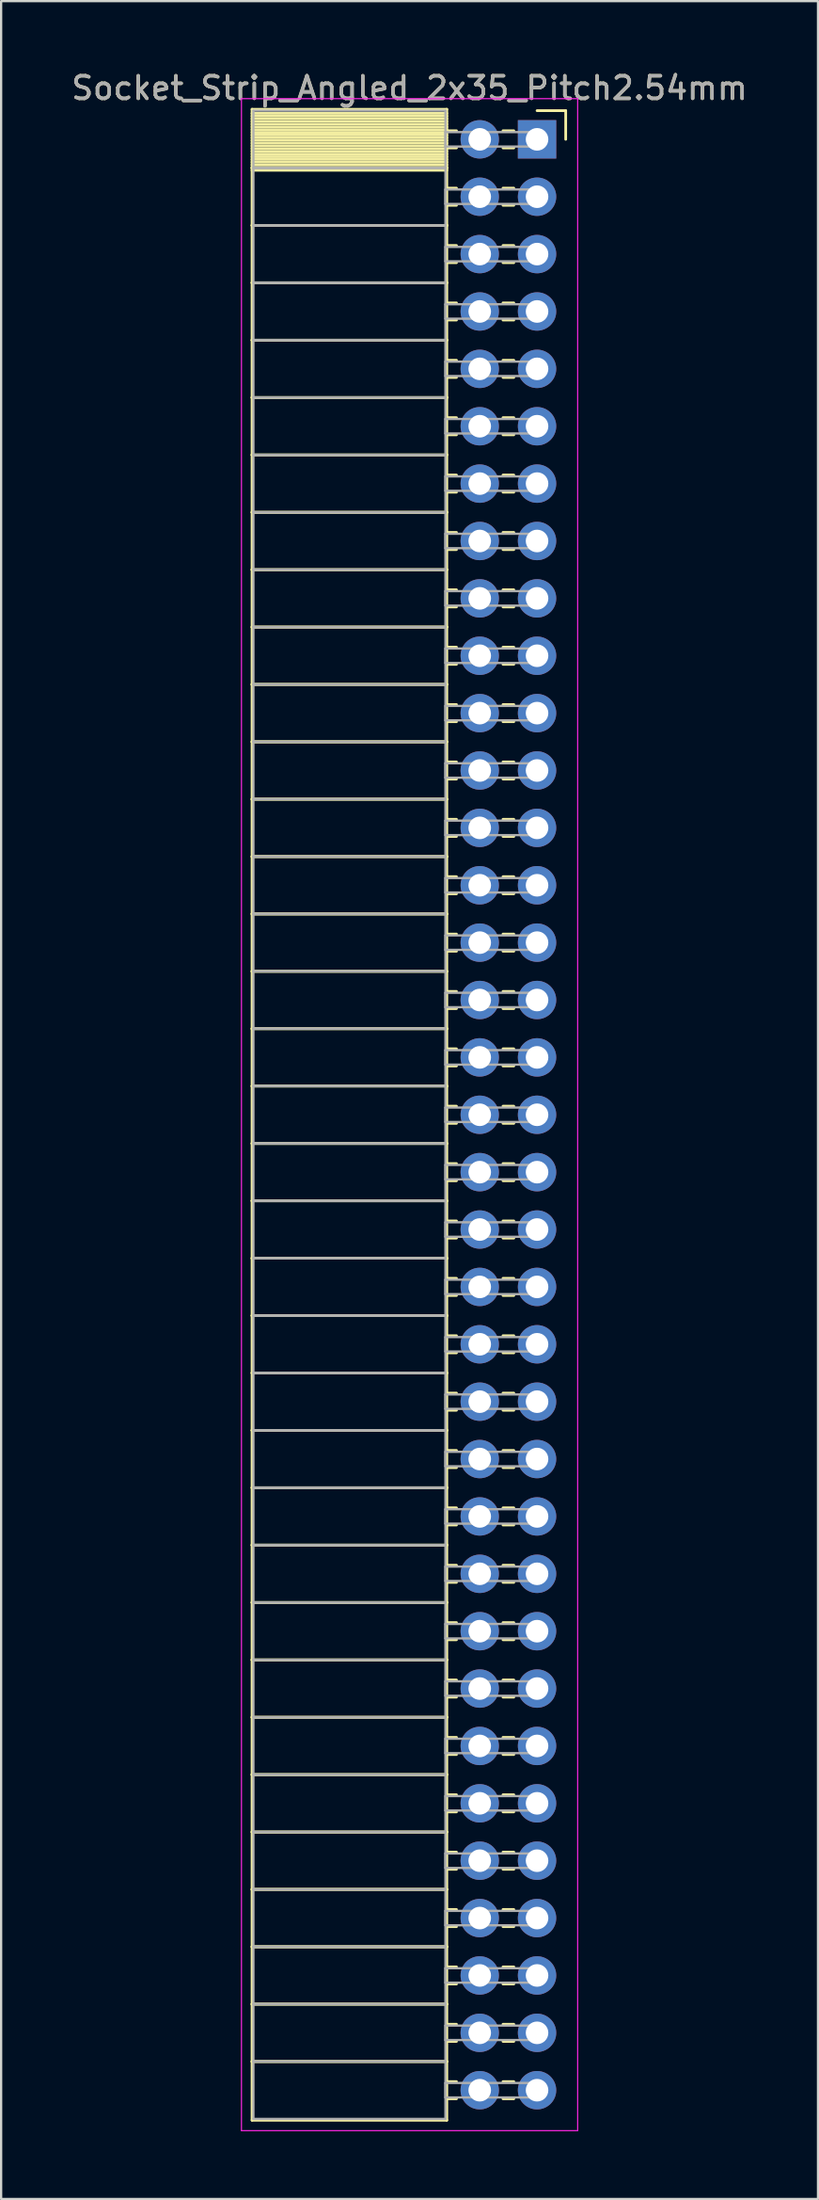
<source format=kicad_pcb>
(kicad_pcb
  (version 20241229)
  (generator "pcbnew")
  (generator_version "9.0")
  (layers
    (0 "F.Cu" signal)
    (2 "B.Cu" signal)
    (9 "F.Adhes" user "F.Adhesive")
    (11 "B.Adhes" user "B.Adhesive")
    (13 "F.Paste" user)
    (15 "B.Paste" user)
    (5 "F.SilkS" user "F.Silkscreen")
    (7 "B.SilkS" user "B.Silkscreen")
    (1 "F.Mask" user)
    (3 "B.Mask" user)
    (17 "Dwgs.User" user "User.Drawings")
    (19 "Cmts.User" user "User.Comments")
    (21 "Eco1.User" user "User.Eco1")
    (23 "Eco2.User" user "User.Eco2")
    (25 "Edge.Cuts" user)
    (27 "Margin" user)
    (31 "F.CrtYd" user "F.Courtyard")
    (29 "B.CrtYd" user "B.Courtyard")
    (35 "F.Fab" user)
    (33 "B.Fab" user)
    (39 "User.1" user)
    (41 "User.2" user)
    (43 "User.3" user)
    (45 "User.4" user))
  (footprint "Socket_Strip_Angled_2x35_Pitch2.54mm"
    (layer "F.Cu")
    (at 20.751 3.118)
    (property "Reference" "Socket_Strip_Angled_2x35_Pitch2.54mm" (at -5.65 -2.27 0) (layer "F.SilkS") (effects (font (size 1 1) (thickness 0.15))))
    (attr through_hole)
    (fp_line (start -12.63 -1.33) (end -4 -1.33) (stroke (width 0.12) (type solid)) (layer "F.SilkS"))
    (fp_line (start -12.63 1.27) (end -12.63 -1.33) (stroke (width 0.12) (type solid)) (layer "F.SilkS"))
    (fp_line (start -12.63 1.27) (end -4 1.27) (stroke (width 0.12) (type solid)) (layer "F.SilkS"))
    (fp_line (start -12.63 3.81) (end -12.63 1.27) (stroke (width 0.12) (type solid)) (layer "F.SilkS"))
    (fp_line (start -12.63 3.81) (end -4 3.81) (stroke (width 0.12) (type solid)) (layer "F.SilkS"))
    (fp_line (start -12.63 6.35) (end -12.63 3.81) (stroke (width 0.12) (type solid)) (layer "F.SilkS"))
    (fp_line (start -12.63 6.35) (end -4 6.35) (stroke (width 0.12) (type solid)) (layer "F.SilkS"))
    (fp_line (start -12.63 8.89) (end -12.63 6.35) (stroke (width 0.12) (type solid)) (layer "F.SilkS"))
    (fp_line (start -12.63 8.89) (end -4 8.89) (stroke (width 0.12) (type solid)) (layer "F.SilkS"))
    (fp_line (start -12.63 11.43) (end -12.63 8.89) (stroke (width 0.12) (type solid)) (layer "F.SilkS"))
    (fp_line (start -12.63 11.43) (end -4 11.43) (stroke (width 0.12) (type solid)) (layer "F.SilkS"))
    (fp_line (start -12.63 13.97) (end -12.63 11.43) (stroke (width 0.12) (type solid)) (layer "F.SilkS"))
    (fp_line (start -12.63 13.97) (end -4 13.97) (stroke (width 0.12) (type solid)) (layer "F.SilkS"))
    (fp_line (start -12.63 16.51) (end -12.63 13.97) (stroke (width 0.12) (type solid)) (layer "F.SilkS"))
    (fp_line (start -12.63 16.51) (end -4 16.51) (stroke (width 0.12) (type solid)) (layer "F.SilkS"))
    (fp_line (start -12.63 19.05) (end -12.63 16.51) (stroke (width 0.12) (type solid)) (layer "F.SilkS"))
    (fp_line (start -12.63 19.05) (end -4 19.05) (stroke (width 0.12) (type solid)) (layer "F.SilkS"))
    (fp_line (start -12.63 21.59) (end -12.63 19.05) (stroke (width 0.12) (type solid)) (layer "F.SilkS"))
    (fp_line (start -12.63 21.59) (end -4 21.59) (stroke (width 0.12) (type solid)) (layer "F.SilkS"))
    (fp_line (start -12.63 24.13) (end -12.63 21.59) (stroke (width 0.12) (type solid)) (layer "F.SilkS"))
    (fp_line (start -12.63 24.13) (end -4 24.13) (stroke (width 0.12) (type solid)) (layer "F.SilkS"))
    (fp_line (start -12.63 26.67) (end -12.63 24.13) (stroke (width 0.12) (type solid)) (layer "F.SilkS"))
    (fp_line (start -12.63 26.67) (end -4 26.67) (stroke (width 0.12) (type solid)) (layer "F.SilkS"))
    (fp_line (start -12.63 29.21) (end -12.63 26.67) (stroke (width 0.12) (type solid)) (layer "F.SilkS"))
    (fp_line (start -12.63 29.21) (end -4 29.21) (stroke (width 0.12) (type solid)) (layer "F.SilkS"))
    (fp_line (start -12.63 31.75) (end -12.63 29.21) (stroke (width 0.12) (type solid)) (layer "F.SilkS"))
    (fp_line (start -12.63 31.75) (end -4 31.75) (stroke (width 0.12) (type solid)) (layer "F.SilkS"))
    (fp_line (start -12.63 34.29) (end -12.63 31.75) (stroke (width 0.12) (type solid)) (layer "F.SilkS"))
    (fp_line (start -12.63 34.29) (end -4 34.29) (stroke (width 0.12) (type solid)) (layer "F.SilkS"))
    (fp_line (start -12.63 36.83) (end -12.63 34.29) (stroke (width 0.12) (type solid)) (layer "F.SilkS"))
    (fp_line (start -12.63 36.83) (end -4 36.83) (stroke (width 0.12) (type solid)) (layer "F.SilkS"))
    (fp_line (start -12.63 39.37) (end -12.63 36.83) (stroke (width 0.12) (type solid)) (layer "F.SilkS"))
    (fp_line (start -12.63 39.37) (end -4 39.37) (stroke (width 0.12) (type solid)) (layer "F.SilkS"))
    (fp_line (start -12.63 41.91) (end -12.63 39.37) (stroke (width 0.12) (type solid)) (layer "F.SilkS"))
    (fp_line (start -12.63 41.91) (end -4 41.91) (stroke (width 0.12) (type solid)) (layer "F.SilkS"))
    (fp_line (start -12.63 44.45) (end -12.63 41.91) (stroke (width 0.12) (type solid)) (layer "F.SilkS"))
    (fp_line (start -12.63 44.45) (end -4 44.45) (stroke (width 0.12) (type solid)) (layer "F.SilkS"))
    (fp_line (start -12.63 46.99) (end -12.63 44.45) (stroke (width 0.12) (type solid)) (layer "F.SilkS"))
    (fp_line (start -12.63 46.99) (end -4 46.99) (stroke (width 0.12) (type solid)) (layer "F.SilkS"))
    (fp_line (start -12.63 49.53) (end -12.63 46.99) (stroke (width 0.12) (type solid)) (layer "F.SilkS"))
    (fp_line (start -12.63 49.53) (end -4 49.53) (stroke (width 0.12) (type solid)) (layer "F.SilkS"))
    (fp_line (start -12.63 52.07) (end -12.63 49.53) (stroke (width 0.12) (type solid)) (layer "F.SilkS"))
    (fp_line (start -12.63 52.07) (end -4 52.07) (stroke (width 0.12) (type solid)) (layer "F.SilkS"))
    (fp_line (start -12.63 54.61) (end -12.63 52.07) (stroke (width 0.12) (type solid)) (layer "F.SilkS"))
    (fp_line (start -12.63 54.61) (end -4 54.61) (stroke (width 0.12) (type solid)) (layer "F.SilkS"))
    (fp_line (start -12.63 57.15) (end -12.63 54.61) (stroke (width 0.12) (type solid)) (layer "F.SilkS"))
    (fp_line (start -12.63 57.15) (end -4 57.15) (stroke (width 0.12) (type solid)) (layer "F.SilkS"))
    (fp_line (start -12.63 59.69) (end -12.63 57.15) (stroke (width 0.12) (type solid)) (layer "F.SilkS"))
    (fp_line (start -12.63 59.69) (end -4 59.69) (stroke (width 0.12) (type solid)) (layer "F.SilkS"))
    (fp_line (start -12.63 62.23) (end -12.63 59.69) (stroke (width 0.12) (type solid)) (layer "F.SilkS"))
    (fp_line (start -12.63 62.23) (end -4 62.23) (stroke (width 0.12) (type solid)) (layer "F.SilkS"))
    (fp_line (start -12.63 64.77) (end -12.63 62.23) (stroke (width 0.12) (type solid)) (layer "F.SilkS"))
    (fp_line (start -12.63 64.77) (end -4 64.77) (stroke (width 0.12) (type solid)) (layer "F.SilkS"))
    (fp_line (start -12.63 67.31) (end -12.63 64.77) (stroke (width 0.12) (type solid)) (layer "F.SilkS"))
    (fp_line (start -12.63 67.31) (end -4 67.31) (stroke (width 0.12) (type solid)) (layer "F.SilkS"))
    (fp_line (start -12.63 69.85) (end -12.63 67.31) (stroke (width 0.12) (type solid)) (layer "F.SilkS"))
    (fp_line (start -12.63 69.85) (end -4 69.85) (stroke (width 0.12) (type solid)) (layer "F.SilkS"))
    (fp_line (start -12.63 72.39) (end -12.63 69.85) (stroke (width 0.12) (type solid)) (layer "F.SilkS"))
    (fp_line (start -12.63 72.39) (end -4 72.39) (stroke (width 0.12) (type solid)) (layer "F.SilkS"))
    (fp_line (start -12.63 74.93) (end -12.63 72.39) (stroke (width 0.12) (type solid)) (layer "F.SilkS"))
    (fp_line (start -12.63 74.93) (end -4 74.93) (stroke (width 0.12) (type solid)) (layer "F.SilkS"))
    (fp_line (start -12.63 77.47) (end -12.63 74.93) (stroke (width 0.12) (type solid)) (layer "F.SilkS"))
    (fp_line (start -12.63 77.47) (end -4 77.47) (stroke (width 0.12) (type solid)) (layer "F.SilkS"))
    (fp_line (start -12.63 80.01) (end -12.63 77.47) (stroke (width 0.12) (type solid)) (layer "F.SilkS"))
    (fp_line (start -12.63 80.01) (end -4 80.01) (stroke (width 0.12) (type solid)) (layer "F.SilkS"))
    (fp_line (start -12.63 82.55) (end -12.63 80.01) (stroke (width 0.12) (type solid)) (layer "F.SilkS"))
    (fp_line (start -12.63 82.55) (end -4 82.55) (stroke (width 0.12) (type solid)) (layer "F.SilkS"))
    (fp_line (start -12.63 85.09) (end -12.63 82.55) (stroke (width 0.12) (type solid)) (layer "F.SilkS"))
    (fp_line (start -12.63 85.09) (end -4 85.09) (stroke (width 0.12) (type solid)) (layer "F.SilkS"))
    (fp_line (start -12.63 87.69) (end -12.63 85.09) (stroke (width 0.12) (type solid)) (layer "F.SilkS"))
    (fp_line (start -4 -1.33) (end -4 1.27) (stroke (width 0.12) (type solid)) (layer "F.SilkS"))
    (fp_line (start -4 -1.15) (end -12.63 -1.15) (stroke (width 0.12) (type solid)) (layer "F.SilkS"))
    (fp_line (start -4 -1.03) (end -12.63 -1.03) (stroke (width 0.12) (type solid)) (layer "F.SilkS"))
    (fp_line (start -4 -0.91) (end -12.63 -0.91) (stroke (width 0.12) (type solid)) (layer "F.SilkS"))
    (fp_line (start -4 -0.79) (end -12.63 -0.79) (stroke (width 0.12) (type solid)) (layer "F.SilkS"))
    (fp_line (start -4 -0.67) (end -12.63 -0.67) (stroke (width 0.12) (type solid)) (layer "F.SilkS"))
    (fp_line (start -4 -0.55) (end -12.63 -0.55) (stroke (width 0.12) (type solid)) (layer "F.SilkS"))
    (fp_line (start -4 -0.43) (end -12.63 -0.43) (stroke (width 0.12) (type solid)) (layer "F.SilkS"))
    (fp_line (start -4 -0.31) (end -12.63 -0.31) (stroke (width 0.12) (type solid)) (layer "F.SilkS"))
    (fp_line (start -4 -0.19) (end -12.63 -0.19) (stroke (width 0.12) (type solid)) (layer "F.SilkS"))
    (fp_line (start -4 -0.07) (end -12.63 -0.07) (stroke (width 0.12) (type solid)) (layer "F.SilkS"))
    (fp_line (start -4 0.05) (end -12.63 0.05) (stroke (width 0.12) (type solid)) (layer "F.SilkS"))
    (fp_line (start -4 0.17) (end -12.63 0.17) (stroke (width 0.12) (type solid)) (layer "F.SilkS"))
    (fp_line (start -4 0.29) (end -12.63 0.29) (stroke (width 0.12) (type solid)) (layer "F.SilkS"))
    (fp_line (start -4 0.41) (end -12.63 0.41) (stroke (width 0.12) (type solid)) (layer "F.SilkS"))
    (fp_line (start -4 0.53) (end -12.63 0.53) (stroke (width 0.12) (type solid)) (layer "F.SilkS"))
    (fp_line (start -4 0.65) (end -12.63 0.65) (stroke (width 0.12) (type solid)) (layer "F.SilkS"))
    (fp_line (start -4 0.77) (end -12.63 0.77) (stroke (width 0.12) (type solid)) (layer "F.SilkS"))
    (fp_line (start -4 0.89) (end -12.63 0.89) (stroke (width 0.12) (type solid)) (layer "F.SilkS"))
    (fp_line (start -4 1.01) (end -12.63 1.01) (stroke (width 0.12) (type solid)) (layer "F.SilkS"))
    (fp_line (start -4 1.13) (end -12.63 1.13) (stroke (width 0.12) (type solid)) (layer "F.SilkS"))
    (fp_line (start -4 1.25) (end -12.63 1.25) (stroke (width 0.12) (type solid)) (layer "F.SilkS"))
    (fp_line (start -4 1.27) (end -12.63 1.27) (stroke (width 0.12) (type solid)) (layer "F.SilkS"))
    (fp_line (start -4 1.27) (end -4 3.81) (stroke (width 0.12) (type solid)) (layer "F.SilkS"))
    (fp_line (start -4 1.37) (end -12.63 1.37) (stroke (width 0.12) (type solid)) (layer "F.SilkS"))
    (fp_line (start -4 3.81) (end -12.63 3.81) (stroke (width 0.12) (type solid)) (layer "F.SilkS"))
    (fp_line (start -4 3.81) (end -4 6.35) (stroke (width 0.12) (type solid)) (layer "F.SilkS"))
    (fp_line (start -4 6.35) (end -12.63 6.35) (stroke (width 0.12) (type solid)) (layer "F.SilkS"))
    (fp_line (start -4 6.35) (end -4 8.89) (stroke (width 0.12) (type solid)) (layer "F.SilkS"))
    (fp_line (start -4 8.89) (end -12.63 8.89) (stroke (width 0.12) (type solid)) (layer "F.SilkS"))
    (fp_line (start -4 8.89) (end -4 11.43) (stroke (width 0.12) (type solid)) (layer "F.SilkS"))
    (fp_line (start -4 11.43) (end -12.63 11.43) (stroke (width 0.12) (type solid)) (layer "F.SilkS"))
    (fp_line (start -4 11.43) (end -4 13.97) (stroke (width 0.12) (type solid)) (layer "F.SilkS"))
    (fp_line (start -4 13.97) (end -12.63 13.97) (stroke (width 0.12) (type solid)) (layer "F.SilkS"))
    (fp_line (start -4 13.97) (end -4 16.51) (stroke (width 0.12) (type solid)) (layer "F.SilkS"))
    (fp_line (start -4 16.51) (end -12.63 16.51) (stroke (width 0.12) (type solid)) (layer "F.SilkS"))
    (fp_line (start -4 16.51) (end -4 19.05) (stroke (width 0.12) (type solid)) (layer "F.SilkS"))
    (fp_line (start -4 19.05) (end -12.63 19.05) (stroke (width 0.12) (type solid)) (layer "F.SilkS"))
    (fp_line (start -4 19.05) (end -4 21.59) (stroke (width 0.12) (type solid)) (layer "F.SilkS"))
    (fp_line (start -4 21.59) (end -12.63 21.59) (stroke (width 0.12) (type solid)) (layer "F.SilkS"))
    (fp_line (start -4 21.59) (end -4 24.13) (stroke (width 0.12) (type solid)) (layer "F.SilkS"))
    (fp_line (start -4 24.13) (end -12.63 24.13) (stroke (width 0.12) (type solid)) (layer "F.SilkS"))
    (fp_line (start -4 24.13) (end -4 26.67) (stroke (width 0.12) (type solid)) (layer "F.SilkS"))
    (fp_line (start -4 26.67) (end -12.63 26.67) (stroke (width 0.12) (type solid)) (layer "F.SilkS"))
    (fp_line (start -4 26.67) (end -4 29.21) (stroke (width 0.12) (type solid)) (layer "F.SilkS"))
    (fp_line (start -4 29.21) (end -12.63 29.21) (stroke (width 0.12) (type solid)) (layer "F.SilkS"))
    (fp_line (start -4 29.21) (end -4 31.75) (stroke (width 0.12) (type solid)) (layer "F.SilkS"))
    (fp_line (start -4 31.75) (end -12.63 31.75) (stroke (width 0.12) (type solid)) (layer "F.SilkS"))
    (fp_line (start -4 31.75) (end -4 34.29) (stroke (width 0.12) (type solid)) (layer "F.SilkS"))
    (fp_line (start -4 34.29) (end -12.63 34.29) (stroke (width 0.12) (type solid)) (layer "F.SilkS"))
    (fp_line (start -4 34.29) (end -4 36.83) (stroke (width 0.12) (type solid)) (layer "F.SilkS"))
    (fp_line (start -4 36.83) (end -12.63 36.83) (stroke (width 0.12) (type solid)) (layer "F.SilkS"))
    (fp_line (start -4 36.83) (end -4 39.37) (stroke (width 0.12) (type solid)) (layer "F.SilkS"))
    (fp_line (start -4 39.37) (end -12.63 39.37) (stroke (width 0.12) (type solid)) (layer "F.SilkS"))
    (fp_line (start -4 39.37) (end -4 41.91) (stroke (width 0.12) (type solid)) (layer "F.SilkS"))
    (fp_line (start -4 41.91) (end -12.63 41.91) (stroke (width 0.12) (type solid)) (layer "F.SilkS"))
    (fp_line (start -4 41.91) (end -4 44.45) (stroke (width 0.12) (type solid)) (layer "F.SilkS"))
    (fp_line (start -4 44.45) (end -12.63 44.45) (stroke (width 0.12) (type solid)) (layer "F.SilkS"))
    (fp_line (start -4 44.45) (end -4 46.99) (stroke (width 0.12) (type solid)) (layer "F.SilkS"))
    (fp_line (start -4 46.99) (end -12.63 46.99) (stroke (width 0.12) (type solid)) (layer "F.SilkS"))
    (fp_line (start -4 46.99) (end -4 49.53) (stroke (width 0.12) (type solid)) (layer "F.SilkS"))
    (fp_line (start -4 49.53) (end -12.63 49.53) (stroke (width 0.12) (type solid)) (layer "F.SilkS"))
    (fp_line (start -4 49.53) (end -4 52.07) (stroke (width 0.12) (type solid)) (layer "F.SilkS"))
    (fp_line (start -4 52.07) (end -12.63 52.07) (stroke (width 0.12) (type solid)) (layer "F.SilkS"))
    (fp_line (start -4 52.07) (end -4 54.61) (stroke (width 0.12) (type solid)) (layer "F.SilkS"))
    (fp_line (start -4 54.61) (end -12.63 54.61) (stroke (width 0.12) (type solid)) (layer "F.SilkS"))
    (fp_line (start -4 54.61) (end -4 57.15) (stroke (width 0.12) (type solid)) (layer "F.SilkS"))
    (fp_line (start -4 57.15) (end -12.63 57.15) (stroke (width 0.12) (type solid)) (layer "F.SilkS"))
    (fp_line (start -4 57.15) (end -4 59.69) (stroke (width 0.12) (type solid)) (layer "F.SilkS"))
    (fp_line (start -4 59.69) (end -12.63 59.69) (stroke (width 0.12) (type solid)) (layer "F.SilkS"))
    (fp_line (start -4 59.69) (end -4 62.23) (stroke (width 0.12) (type solid)) (layer "F.SilkS"))
    (fp_line (start -4 62.23) (end -12.63 62.23) (stroke (width 0.12) (type solid)) (layer "F.SilkS"))
    (fp_line (start -4 62.23) (end -4 64.77) (stroke (width 0.12) (type solid)) (layer "F.SilkS"))
    (fp_line (start -4 64.77) (end -12.63 64.77) (stroke (width 0.12) (type solid)) (layer "F.SilkS"))
    (fp_line (start -4 64.77) (end -4 67.31) (stroke (width 0.12) (type solid)) (layer "F.SilkS"))
    (fp_line (start -4 67.31) (end -12.63 67.31) (stroke (width 0.12) (type solid)) (layer "F.SilkS"))
    (fp_line (start -4 67.31) (end -4 69.85) (stroke (width 0.12) (type solid)) (layer "F.SilkS"))
    (fp_line (start -4 69.85) (end -12.63 69.85) (stroke (width 0.12) (type solid)) (layer "F.SilkS"))
    (fp_line (start -4 69.85) (end -4 72.39) (stroke (width 0.12) (type solid)) (layer "F.SilkS"))
    (fp_line (start -4 72.39) (end -12.63 72.39) (stroke (width 0.12) (type solid)) (layer "F.SilkS"))
    (fp_line (start -4 72.39) (end -4 74.93) (stroke (width 0.12) (type solid)) (layer "F.SilkS"))
    (fp_line (start -4 74.93) (end -12.63 74.93) (stroke (width 0.12) (type solid)) (layer "F.SilkS"))
    (fp_line (start -4 74.93) (end -4 77.47) (stroke (width 0.12) (type solid)) (layer "F.SilkS"))
    (fp_line (start -4 77.47) (end -12.63 77.47) (stroke (width 0.12) (type solid)) (layer "F.SilkS"))
    (fp_line (start -4 77.47) (end -4 80.01) (stroke (width 0.12) (type solid)) (layer "F.SilkS"))
    (fp_line (start -4 80.01) (end -12.63 80.01) (stroke (width 0.12) (type solid)) (layer "F.SilkS"))
    (fp_line (start -4 80.01) (end -4 82.55) (stroke (width 0.12) (type solid)) (layer "F.SilkS"))
    (fp_line (start -4 82.55) (end -12.63 82.55) (stroke (width 0.12) (type solid)) (layer "F.SilkS"))
    (fp_line (start -4 82.55) (end -4 85.09) (stroke (width 0.12) (type solid)) (layer "F.SilkS"))
    (fp_line (start -4 85.09) (end -12.63 85.09) (stroke (width 0.12) (type solid)) (layer "F.SilkS"))
    (fp_line (start -4 85.09) (end -4 87.69) (stroke (width 0.12) (type solid)) (layer "F.SilkS"))
    (fp_line (start -4 87.69) (end -12.63 87.69) (stroke (width 0.12) (type solid)) (layer "F.SilkS"))
    (fp_line (start -3.57 -0.38) (end -4 -0.38) (stroke (width 0.12) (type solid)) (layer "F.SilkS"))
    (fp_line (start -3.57 0.38) (end -4 0.38) (stroke (width 0.12) (type solid)) (layer "F.SilkS"))
    (fp_line (start -3.57 2.16) (end -4 2.16) (stroke (width 0.12) (type solid)) (layer "F.SilkS"))
    (fp_line (start -3.57 2.92) (end -4 2.92) (stroke (width 0.12) (type solid)) (layer "F.SilkS"))
    (fp_line (start -3.57 4.7) (end -4 4.7) (stroke (width 0.12) (type solid)) (layer "F.SilkS"))
    (fp_line (start -3.57 5.46) (end -4 5.46) (stroke (width 0.12) (type solid)) (layer "F.SilkS"))
    (fp_line (start -3.57 7.24) (end -4 7.24) (stroke (width 0.12) (type solid)) (layer "F.SilkS"))
    (fp_line (start -3.57 8) (end -4 8) (stroke (width 0.12) (type solid)) (layer "F.SilkS"))
    (fp_line (start -3.57 9.78) (end -4 9.78) (stroke (width 0.12) (type solid)) (layer "F.SilkS"))
    (fp_line (start -3.57 10.54) (end -4 10.54) (stroke (width 0.12) (type solid)) (layer "F.SilkS"))
    (fp_line (start -3.57 12.32) (end -4 12.32) (stroke (width 0.12) (type solid)) (layer "F.SilkS"))
    (fp_line (start -3.57 13.08) (end -4 13.08) (stroke (width 0.12) (type solid)) (layer "F.SilkS"))
    (fp_line (start -3.57 14.86) (end -4 14.86) (stroke (width 0.12) (type solid)) (layer "F.SilkS"))
    (fp_line (start -3.57 15.62) (end -4 15.62) (stroke (width 0.12) (type solid)) (layer "F.SilkS"))
    (fp_line (start -3.57 17.4) (end -4 17.4) (stroke (width 0.12) (type solid)) (layer "F.SilkS"))
    (fp_line (start -3.57 18.16) (end -4 18.16) (stroke (width 0.12) (type solid)) (layer "F.SilkS"))
    (fp_line (start -3.57 19.94) (end -4 19.94) (stroke (width 0.12) (type solid)) (layer "F.SilkS"))
    (fp_line (start -3.57 20.7) (end -4 20.7) (stroke (width 0.12) (type solid)) (layer "F.SilkS"))
    (fp_line (start -3.57 22.48) (end -4 22.48) (stroke (width 0.12) (type solid)) (layer "F.SilkS"))
    (fp_line (start -3.57 23.24) (end -4 23.24) (stroke (width 0.12) (type solid)) (layer "F.SilkS"))
    (fp_line (start -3.57 25.02) (end -4 25.02) (stroke (width 0.12) (type solid)) (layer "F.SilkS"))
    (fp_line (start -3.57 25.78) (end -4 25.78) (stroke (width 0.12) (type solid)) (layer "F.SilkS"))
    (fp_line (start -3.57 27.56) (end -4 27.56) (stroke (width 0.12) (type solid)) (layer "F.SilkS"))
    (fp_line (start -3.57 28.32) (end -4 28.32) (stroke (width 0.12) (type solid)) (layer "F.SilkS"))
    (fp_line (start -3.57 30.1) (end -4 30.1) (stroke (width 0.12) (type solid)) (layer "F.SilkS"))
    (fp_line (start -3.57 30.86) (end -4 30.86) (stroke (width 0.12) (type solid)) (layer "F.SilkS"))
    (fp_line (start -3.57 32.64) (end -4 32.64) (stroke (width 0.12) (type solid)) (layer "F.SilkS"))
    (fp_line (start -3.57 33.4) (end -4 33.4) (stroke (width 0.12) (type solid)) (layer "F.SilkS"))
    (fp_line (start -3.57 35.18) (end -4 35.18) (stroke (width 0.12) (type solid)) (layer "F.SilkS"))
    (fp_line (start -3.57 35.94) (end -4 35.94) (stroke (width 0.12) (type solid)) (layer "F.SilkS"))
    (fp_line (start -3.57 37.72) (end -4 37.72) (stroke (width 0.12) (type solid)) (layer "F.SilkS"))
    (fp_line (start -3.57 38.48) (end -4 38.48) (stroke (width 0.12) (type solid)) (layer "F.SilkS"))
    (fp_line (start -3.57 40.26) (end -4 40.26) (stroke (width 0.12) (type solid)) (layer "F.SilkS"))
    (fp_line (start -3.57 41.02) (end -4 41.02) (stroke (width 0.12) (type solid)) (layer "F.SilkS"))
    (fp_line (start -3.57 42.8) (end -4 42.8) (stroke (width 0.12) (type solid)) (layer "F.SilkS"))
    (fp_line (start -3.57 43.56) (end -4 43.56) (stroke (width 0.12) (type solid)) (layer "F.SilkS"))
    (fp_line (start -3.57 45.34) (end -4 45.34) (stroke (width 0.12) (type solid)) (layer "F.SilkS"))
    (fp_line (start -3.57 46.1) (end -4 46.1) (stroke (width 0.12) (type solid)) (layer "F.SilkS"))
    (fp_line (start -3.57 47.88) (end -4 47.88) (stroke (width 0.12) (type solid)) (layer "F.SilkS"))
    (fp_line (start -3.57 48.64) (end -4 48.64) (stroke (width 0.12) (type solid)) (layer "F.SilkS"))
    (fp_line (start -3.57 50.42) (end -4 50.42) (stroke (width 0.12) (type solid)) (layer "F.SilkS"))
    (fp_line (start -3.57 51.18) (end -4 51.18) (stroke (width 0.12) (type solid)) (layer "F.SilkS"))
    (fp_line (start -3.57 52.96) (end -4 52.96) (stroke (width 0.12) (type solid)) (layer "F.SilkS"))
    (fp_line (start -3.57 53.72) (end -4 53.72) (stroke (width 0.12) (type solid)) (layer "F.SilkS"))
    (fp_line (start -3.57 55.5) (end -4 55.5) (stroke (width 0.12) (type solid)) (layer "F.SilkS"))
    (fp_line (start -3.57 56.26) (end -4 56.26) (stroke (width 0.12) (type solid)) (layer "F.SilkS"))
    (fp_line (start -3.57 58.04) (end -4 58.04) (stroke (width 0.12) (type solid)) (layer "F.SilkS"))
    (fp_line (start -3.57 58.8) (end -4 58.8) (stroke (width 0.12) (type solid)) (layer "F.SilkS"))
    (fp_line (start -3.57 60.58) (end -4 60.58) (stroke (width 0.12) (type solid)) (layer "F.SilkS"))
    (fp_line (start -3.57 61.34) (end -4 61.34) (stroke (width 0.12) (type solid)) (layer "F.SilkS"))
    (fp_line (start -3.57 63.12) (end -4 63.12) (stroke (width 0.12) (type solid)) (layer "F.SilkS"))
    (fp_line (start -3.57 63.88) (end -4 63.88) (stroke (width 0.12) (type solid)) (layer "F.SilkS"))
    (fp_line (start -3.57 65.66) (end -4 65.66) (stroke (width 0.12) (type solid)) (layer "F.SilkS"))
    (fp_line (start -3.57 66.42) (end -4 66.42) (stroke (width 0.12) (type solid)) (layer "F.SilkS"))
    (fp_line (start -3.57 68.2) (end -4 68.2) (stroke (width 0.12) (type solid)) (layer "F.SilkS"))
    (fp_line (start -3.57 68.96) (end -4 68.96) (stroke (width 0.12) (type solid)) (layer "F.SilkS"))
    (fp_line (start -3.57 70.74) (end -4 70.74) (stroke (width 0.12) (type solid)) (layer "F.SilkS"))
    (fp_line (start -3.57 71.5) (end -4 71.5) (stroke (width 0.12) (type solid)) (layer "F.SilkS"))
    (fp_line (start -3.57 73.28) (end -4 73.28) (stroke (width 0.12) (type solid)) (layer "F.SilkS"))
    (fp_line (start -3.57 74.04) (end -4 74.04) (stroke (width 0.12) (type solid)) (layer "F.SilkS"))
    (fp_line (start -3.57 75.82) (end -4 75.82) (stroke (width 0.12) (type solid)) (layer "F.SilkS"))
    (fp_line (start -3.57 76.58) (end -4 76.58) (stroke (width 0.12) (type solid)) (layer "F.SilkS"))
    (fp_line (start -3.57 78.36) (end -4 78.36) (stroke (width 0.12) (type solid)) (layer "F.SilkS"))
    (fp_line (start -3.57 79.12) (end -4 79.12) (stroke (width 0.12) (type solid)) (layer "F.SilkS"))
    (fp_line (start -3.57 80.9) (end -4 80.9) (stroke (width 0.12) (type solid)) (layer "F.SilkS"))
    (fp_line (start -3.57 81.66) (end -4 81.66) (stroke (width 0.12) (type solid)) (layer "F.SilkS"))
    (fp_line (start -3.57 83.44) (end -4 83.44) (stroke (width 0.12) (type solid)) (layer "F.SilkS"))
    (fp_line (start -3.57 84.2) (end -4 84.2) (stroke (width 0.12) (type solid)) (layer "F.SilkS"))
    (fp_line (start -3.57 85.98) (end -4 85.98) (stroke (width 0.12) (type solid)) (layer "F.SilkS"))
    (fp_line (start -3.57 86.74) (end -4 86.74) (stroke (width 0.12) (type solid)) (layer "F.SilkS"))
    (fp_line (start -1.03 -0.38) (end -1.51 -0.38) (stroke (width 0.12) (type solid)) (layer "F.SilkS"))
    (fp_line (start -1.03 0.38) (end -1.51 0.38) (stroke (width 0.12) (type solid)) (layer "F.SilkS"))
    (fp_line (start -1.03 2.16) (end -1.51 2.16) (stroke (width 0.12) (type solid)) (layer "F.SilkS"))
    (fp_line (start -1.03 2.92) (end -1.51 2.92) (stroke (width 0.12) (type solid)) (layer "F.SilkS"))
    (fp_line (start -1.03 4.7) (end -1.51 4.7) (stroke (width 0.12) (type solid)) (layer "F.SilkS"))
    (fp_line (start -1.03 5.46) (end -1.51 5.46) (stroke (width 0.12) (type solid)) (layer "F.SilkS"))
    (fp_line (start -1.03 7.24) (end -1.51 7.24) (stroke (width 0.12) (type solid)) (layer "F.SilkS"))
    (fp_line (start -1.03 8) (end -1.51 8) (stroke (width 0.12) (type solid)) (layer "F.SilkS"))
    (fp_line (start -1.03 9.78) (end -1.51 9.78) (stroke (width 0.12) (type solid)) (layer "F.SilkS"))
    (fp_line (start -1.03 10.54) (end -1.51 10.54) (stroke (width 0.12) (type solid)) (layer "F.SilkS"))
    (fp_line (start -1.03 12.32) (end -1.51 12.32) (stroke (width 0.12) (type solid)) (layer "F.SilkS"))
    (fp_line (start -1.03 13.08) (end -1.51 13.08) (stroke (width 0.12) (type solid)) (layer "F.SilkS"))
    (fp_line (start -1.03 14.86) (end -1.51 14.86) (stroke (width 0.12) (type solid)) (layer "F.SilkS"))
    (fp_line (start -1.03 15.62) (end -1.51 15.62) (stroke (width 0.12) (type solid)) (layer "F.SilkS"))
    (fp_line (start -1.03 17.4) (end -1.51 17.4) (stroke (width 0.12) (type solid)) (layer "F.SilkS"))
    (fp_line (start -1.03 18.16) (end -1.51 18.16) (stroke (width 0.12) (type solid)) (layer "F.SilkS"))
    (fp_line (start -1.03 19.94) (end -1.51 19.94) (stroke (width 0.12) (type solid)) (layer "F.SilkS"))
    (fp_line (start -1.03 20.7) (end -1.51 20.7) (stroke (width 0.12) (type solid)) (layer "F.SilkS"))
    (fp_line (start -1.03 22.48) (end -1.51 22.48) (stroke (width 0.12) (type solid)) (layer "F.SilkS"))
    (fp_line (start -1.03 23.24) (end -1.51 23.24) (stroke (width 0.12) (type solid)) (layer "F.SilkS"))
    (fp_line (start -1.03 25.02) (end -1.51 25.02) (stroke (width 0.12) (type solid)) (layer "F.SilkS"))
    (fp_line (start -1.03 25.78) (end -1.51 25.78) (stroke (width 0.12) (type solid)) (layer "F.SilkS"))
    (fp_line (start -1.03 27.56) (end -1.51 27.56) (stroke (width 0.12) (type solid)) (layer "F.SilkS"))
    (fp_line (start -1.03 28.32) (end -1.51 28.32) (stroke (width 0.12) (type solid)) (layer "F.SilkS"))
    (fp_line (start -1.03 30.1) (end -1.51 30.1) (stroke (width 0.12) (type solid)) (layer "F.SilkS"))
    (fp_line (start -1.03 30.86) (end -1.51 30.86) (stroke (width 0.12) (type solid)) (layer "F.SilkS"))
    (fp_line (start -1.03 32.64) (end -1.51 32.64) (stroke (width 0.12) (type solid)) (layer "F.SilkS"))
    (fp_line (start -1.03 33.4) (end -1.51 33.4) (stroke (width 0.12) (type solid)) (layer "F.SilkS"))
    (fp_line (start -1.03 35.18) (end -1.51 35.18) (stroke (width 0.12) (type solid)) (layer "F.SilkS"))
    (fp_line (start -1.03 35.94) (end -1.51 35.94) (stroke (width 0.12) (type solid)) (layer "F.SilkS"))
    (fp_line (start -1.03 37.72) (end -1.51 37.72) (stroke (width 0.12) (type solid)) (layer "F.SilkS"))
    (fp_line (start -1.03 38.48) (end -1.51 38.48) (stroke (width 0.12) (type solid)) (layer "F.SilkS"))
    (fp_line (start -1.03 40.26) (end -1.51 40.26) (stroke (width 0.12) (type solid)) (layer "F.SilkS"))
    (fp_line (start -1.03 41.02) (end -1.51 41.02) (stroke (width 0.12) (type solid)) (layer "F.SilkS"))
    (fp_line (start -1.03 42.8) (end -1.51 42.8) (stroke (width 0.12) (type solid)) (layer "F.SilkS"))
    (fp_line (start -1.03 43.56) (end -1.51 43.56) (stroke (width 0.12) (type solid)) (layer "F.SilkS"))
    (fp_line (start -1.03 45.34) (end -1.51 45.34) (stroke (width 0.12) (type solid)) (layer "F.SilkS"))
    (fp_line (start -1.03 46.1) (end -1.51 46.1) (stroke (width 0.12) (type solid)) (layer "F.SilkS"))
    (fp_line (start -1.03 47.88) (end -1.51 47.88) (stroke (width 0.12) (type solid)) (layer "F.SilkS"))
    (fp_line (start -1.03 48.64) (end -1.51 48.64) (stroke (width 0.12) (type solid)) (layer "F.SilkS"))
    (fp_line (start -1.03 50.42) (end -1.51 50.42) (stroke (width 0.12) (type solid)) (layer "F.SilkS"))
    (fp_line (start -1.03 51.18) (end -1.51 51.18) (stroke (width 0.12) (type solid)) (layer "F.SilkS"))
    (fp_line (start -1.03 52.96) (end -1.51 52.96) (stroke (width 0.12) (type solid)) (layer "F.SilkS"))
    (fp_line (start -1.03 53.72) (end -1.51 53.72) (stroke (width 0.12) (type solid)) (layer "F.SilkS"))
    (fp_line (start -1.03 55.5) (end -1.51 55.5) (stroke (width 0.12) (type solid)) (layer "F.SilkS"))
    (fp_line (start -1.03 56.26) (end -1.51 56.26) (stroke (width 0.12) (type solid)) (layer "F.SilkS"))
    (fp_line (start -1.03 58.04) (end -1.51 58.04) (stroke (width 0.12) (type solid)) (layer "F.SilkS"))
    (fp_line (start -1.03 58.8) (end -1.51 58.8) (stroke (width 0.12) (type solid)) (layer "F.SilkS"))
    (fp_line (start -1.03 60.58) (end -1.51 60.58) (stroke (width 0.12) (type solid)) (layer "F.SilkS"))
    (fp_line (start -1.03 61.34) (end -1.51 61.34) (stroke (width 0.12) (type solid)) (layer "F.SilkS"))
    (fp_line (start -1.03 63.12) (end -1.51 63.12) (stroke (width 0.12) (type solid)) (layer "F.SilkS"))
    (fp_line (start -1.03 63.88) (end -1.51 63.88) (stroke (width 0.12) (type solid)) (layer "F.SilkS"))
    (fp_line (start -1.03 65.66) (end -1.51 65.66) (stroke (width 0.12) (type solid)) (layer "F.SilkS"))
    (fp_line (start -1.03 66.42) (end -1.51 66.42) (stroke (width 0.12) (type solid)) (layer "F.SilkS"))
    (fp_line (start -1.03 68.2) (end -1.51 68.2) (stroke (width 0.12) (type solid)) (layer "F.SilkS"))
    (fp_line (start -1.03 68.96) (end -1.51 68.96) (stroke (width 0.12) (type solid)) (layer "F.SilkS"))
    (fp_line (start -1.03 70.74) (end -1.51 70.74) (stroke (width 0.12) (type solid)) (layer "F.SilkS"))
    (fp_line (start -1.03 71.5) (end -1.51 71.5) (stroke (width 0.12) (type solid)) (layer "F.SilkS"))
    (fp_line (start -1.03 73.28) (end -1.51 73.28) (stroke (width 0.12) (type solid)) (layer "F.SilkS"))
    (fp_line (start -1.03 74.04) (end -1.51 74.04) (stroke (width 0.12) (type solid)) (layer "F.SilkS"))
    (fp_line (start -1.03 75.82) (end -1.51 75.82) (stroke (width 0.12) (type solid)) (layer "F.SilkS"))
    (fp_line (start -1.03 76.58) (end -1.51 76.58) (stroke (width 0.12) (type solid)) (layer "F.SilkS"))
    (fp_line (start -1.03 78.36) (end -1.51 78.36) (stroke (width 0.12) (type solid)) (layer "F.SilkS"))
    (fp_line (start -1.03 79.12) (end -1.51 79.12) (stroke (width 0.12) (type solid)) (layer "F.SilkS"))
    (fp_line (start -1.03 80.9) (end -1.51 80.9) (stroke (width 0.12) (type solid)) (layer "F.SilkS"))
    (fp_line (start -1.03 81.66) (end -1.51 81.66) (stroke (width 0.12) (type solid)) (layer "F.SilkS"))
    (fp_line (start -1.03 83.44) (end -1.51 83.44) (stroke (width 0.12) (type solid)) (layer "F.SilkS"))
    (fp_line (start -1.03 84.2) (end -1.51 84.2) (stroke (width 0.12) (type solid)) (layer "F.SilkS"))
    (fp_line (start -1.03 85.98) (end -1.51 85.98) (stroke (width 0.12) (type solid)) (layer "F.SilkS"))
    (fp_line (start -1.03 86.74) (end -1.51 86.74) (stroke (width 0.12) (type solid)) (layer "F.SilkS"))
    (fp_line (start 0 -1.27) (end 1.27 -1.27) (stroke (width 0.12) (type solid)) (layer "F.SilkS"))
    (fp_line (start 1.27 -1.27) (end 1.27 0) (stroke (width 0.12) (type solid)) (layer "F.SilkS"))
    (fp_line (start -13.1 -1.8) (end 1.8 -1.8) (stroke (width 0.05) (type solid)) (layer "F.CrtYd"))
    (fp_line (start -13.1 88.15) (end -13.1 -1.8) (stroke (width 0.05) (type solid)) (layer "F.CrtYd"))
    (fp_line (start 1.8 -1.8) (end 1.8 88.15) (stroke (width 0.05) (type solid)) (layer "F.CrtYd"))
    (fp_line (start 1.8 88.15) (end -13.1 88.15) (stroke (width 0.05) (type solid)) (layer "F.CrtYd"))
    (fp_line (start -12.57 -1.27) (end -4.06 -1.27) (stroke (width 0.1) (type solid)) (layer "F.Fab"))
    (fp_line (start -12.57 1.27) (end -12.57 -1.27) (stroke (width 0.1) (type solid)) (layer "F.Fab"))
    (fp_line (start -12.57 1.27) (end -4.06 1.27) (stroke (width 0.1) (type solid)) (layer "F.Fab"))
    (fp_line (start -12.57 3.81) (end -12.57 1.27) (stroke (width 0.1) (type solid)) (layer "F.Fab"))
    (fp_line (start -12.57 3.81) (end -4.06 3.81) (stroke (width 0.1) (type solid)) (layer "F.Fab"))
    (fp_line (start -12.57 6.35) (end -12.57 3.81) (stroke (width 0.1) (type solid)) (layer "F.Fab"))
    (fp_line (start -12.57 6.35) (end -4.06 6.35) (stroke (width 0.1) (type solid)) (layer "F.Fab"))
    (fp_line (start -12.57 8.89) (end -12.57 6.35) (stroke (width 0.1) (type solid)) (layer "F.Fab"))
    (fp_line (start -12.57 8.89) (end -4.06 8.89) (stroke (width 0.1) (type solid)) (layer "F.Fab"))
    (fp_line (start -12.57 11.43) (end -12.57 8.89) (stroke (width 0.1) (type solid)) (layer "F.Fab"))
    (fp_line (start -12.57 11.43) (end -4.06 11.43) (stroke (width 0.1) (type solid)) (layer "F.Fab"))
    (fp_line (start -12.57 13.97) (end -12.57 11.43) (stroke (width 0.1) (type solid)) (layer "F.Fab"))
    (fp_line (start -12.57 13.97) (end -4.06 13.97) (stroke (width 0.1) (type solid)) (layer "F.Fab"))
    (fp_line (start -12.57 16.51) (end -12.57 13.97) (stroke (width 0.1) (type solid)) (layer "F.Fab"))
    (fp_line (start -12.57 16.51) (end -4.06 16.51) (stroke (width 0.1) (type solid)) (layer "F.Fab"))
    (fp_line (start -12.57 19.05) (end -12.57 16.51) (stroke (width 0.1) (type solid)) (layer "F.Fab"))
    (fp_line (start -12.57 19.05) (end -4.06 19.05) (stroke (width 0.1) (type solid)) (layer "F.Fab"))
    (fp_line (start -12.57 21.59) (end -12.57 19.05) (stroke (width 0.1) (type solid)) (layer "F.Fab"))
    (fp_line (start -12.57 21.59) (end -4.06 21.59) (stroke (width 0.1) (type solid)) (layer "F.Fab"))
    (fp_line (start -12.57 24.13) (end -12.57 21.59) (stroke (width 0.1) (type solid)) (layer "F.Fab"))
    (fp_line (start -12.57 24.13) (end -4.06 24.13) (stroke (width 0.1) (type solid)) (layer "F.Fab"))
    (fp_line (start -12.57 26.67) (end -12.57 24.13) (stroke (width 0.1) (type solid)) (layer "F.Fab"))
    (fp_line (start -12.57 26.67) (end -4.06 26.67) (stroke (width 0.1) (type solid)) (layer "F.Fab"))
    (fp_line (start -12.57 29.21) (end -12.57 26.67) (stroke (width 0.1) (type solid)) (layer "F.Fab"))
    (fp_line (start -12.57 29.21) (end -4.06 29.21) (stroke (width 0.1) (type solid)) (layer "F.Fab"))
    (fp_line (start -12.57 31.75) (end -12.57 29.21) (stroke (width 0.1) (type solid)) (layer "F.Fab"))
    (fp_line (start -12.57 31.75) (end -4.06 31.75) (stroke (width 0.1) (type solid)) (layer "F.Fab"))
    (fp_line (start -12.57 34.29) (end -12.57 31.75) (stroke (width 0.1) (type solid)) (layer "F.Fab"))
    (fp_line (start -12.57 34.29) (end -4.06 34.29) (stroke (width 0.1) (type solid)) (layer "F.Fab"))
    (fp_line (start -12.57 36.83) (end -12.57 34.29) (stroke (width 0.1) (type solid)) (layer "F.Fab"))
    (fp_line (start -12.57 36.83) (end -4.06 36.83) (stroke (width 0.1) (type solid)) (layer "F.Fab"))
    (fp_line (start -12.57 39.37) (end -12.57 36.83) (stroke (width 0.1) (type solid)) (layer "F.Fab"))
    (fp_line (start -12.57 39.37) (end -4.06 39.37) (stroke (width 0.1) (type solid)) (layer "F.Fab"))
    (fp_line (start -12.57 41.91) (end -12.57 39.37) (stroke (width 0.1) (type solid)) (layer "F.Fab"))
    (fp_line (start -12.57 41.91) (end -4.06 41.91) (stroke (width 0.1) (type solid)) (layer "F.Fab"))
    (fp_line (start -12.57 44.45) (end -12.57 41.91) (stroke (width 0.1) (type solid)) (layer "F.Fab"))
    (fp_line (start -12.57 44.45) (end -4.06 44.45) (stroke (width 0.1) (type solid)) (layer "F.Fab"))
    (fp_line (start -12.57 46.99) (end -12.57 44.45) (stroke (width 0.1) (type solid)) (layer "F.Fab"))
    (fp_line (start -12.57 46.99) (end -4.06 46.99) (stroke (width 0.1) (type solid)) (layer "F.Fab"))
    (fp_line (start -12.57 49.53) (end -12.57 46.99) (stroke (width 0.1) (type solid)) (layer "F.Fab"))
    (fp_line (start -12.57 49.53) (end -4.06 49.53) (stroke (width 0.1) (type solid)) (layer "F.Fab"))
    (fp_line (start -12.57 52.07) (end -12.57 49.53) (stroke (width 0.1) (type solid)) (layer "F.Fab"))
    (fp_line (start -12.57 52.07) (end -4.06 52.07) (stroke (width 0.1) (type solid)) (layer "F.Fab"))
    (fp_line (start -12.57 54.61) (end -12.57 52.07) (stroke (width 0.1) (type solid)) (layer "F.Fab"))
    (fp_line (start -12.57 54.61) (end -4.06 54.61) (stroke (width 0.1) (type solid)) (layer "F.Fab"))
    (fp_line (start -12.57 57.15) (end -12.57 54.61) (stroke (width 0.1) (type solid)) (layer "F.Fab"))
    (fp_line (start -12.57 57.15) (end -4.06 57.15) (stroke (width 0.1) (type solid)) (layer "F.Fab"))
    (fp_line (start -12.57 59.69) (end -12.57 57.15) (stroke (width 0.1) (type solid)) (layer "F.Fab"))
    (fp_line (start -12.57 59.69) (end -4.06 59.69) (stroke (width 0.1) (type solid)) (layer "F.Fab"))
    (fp_line (start -12.57 62.23) (end -12.57 59.69) (stroke (width 0.1) (type solid)) (layer "F.Fab"))
    (fp_line (start -12.57 62.23) (end -4.06 62.23) (stroke (width 0.1) (type solid)) (layer "F.Fab"))
    (fp_line (start -12.57 64.77) (end -12.57 62.23) (stroke (width 0.1) (type solid)) (layer "F.Fab"))
    (fp_line (start -12.57 64.77) (end -4.06 64.77) (stroke (width 0.1) (type solid)) (layer "F.Fab"))
    (fp_line (start -12.57 67.31) (end -12.57 64.77) (stroke (width 0.1) (type solid)) (layer "F.Fab"))
    (fp_line (start -12.57 67.31) (end -4.06 67.31) (stroke (width 0.1) (type solid)) (layer "F.Fab"))
    (fp_line (start -12.57 69.85) (end -12.57 67.31) (stroke (width 0.1) (type solid)) (layer "F.Fab"))
    (fp_line (start -12.57 69.85) (end -4.06 69.85) (stroke (width 0.1) (type solid)) (layer "F.Fab"))
    (fp_line (start -12.57 72.39) (end -12.57 69.85) (stroke (width 0.1) (type solid)) (layer "F.Fab"))
    (fp_line (start -12.57 72.39) (end -4.06 72.39) (stroke (width 0.1) (type solid)) (layer "F.Fab"))
    (fp_line (start -12.57 74.93) (end -12.57 72.39) (stroke (width 0.1) (type solid)) (layer "F.Fab"))
    (fp_line (start -12.57 74.93) (end -4.06 74.93) (stroke (width 0.1) (type solid)) (layer "F.Fab"))
    (fp_line (start -12.57 77.47) (end -12.57 74.93) (stroke (width 0.1) (type solid)) (layer "F.Fab"))
    (fp_line (start -12.57 77.47) (end -4.06 77.47) (stroke (width 0.1) (type solid)) (layer "F.Fab"))
    (fp_line (start -12.57 80.01) (end -12.57 77.47) (stroke (width 0.1) (type solid)) (layer "F.Fab"))
    (fp_line (start -12.57 80.01) (end -4.06 80.01) (stroke (width 0.1) (type solid)) (layer "F.Fab"))
    (fp_line (start -12.57 82.55) (end -12.57 80.01) (stroke (width 0.1) (type solid)) (layer "F.Fab"))
    (fp_line (start -12.57 82.55) (end -4.06 82.55) (stroke (width 0.1) (type solid)) (layer "F.Fab"))
    (fp_line (start -12.57 85.09) (end -12.57 82.55) (stroke (width 0.1) (type solid)) (layer "F.Fab"))
    (fp_line (start -12.57 85.09) (end -4.06 85.09) (stroke (width 0.1) (type solid)) (layer "F.Fab"))
    (fp_line (start -12.57 87.63) (end -12.57 85.09) (stroke (width 0.1) (type solid)) (layer "F.Fab"))
    (fp_line (start -4.06 -1.27) (end -4.06 1.27) (stroke (width 0.1) (type solid)) (layer "F.Fab"))
    (fp_line (start -4.06 -0.32) (end 0 -0.32) (stroke (width 0.1) (type solid)) (layer "F.Fab"))
    (fp_line (start -4.06 0.32) (end -4.06 -0.32) (stroke (width 0.1) (type solid)) (layer "F.Fab"))
    (fp_line (start -4.06 1.27) (end -12.57 1.27) (stroke (width 0.1) (type solid)) (layer "F.Fab"))
    (fp_line (start -4.06 1.27) (end -4.06 3.81) (stroke (width 0.1) (type solid)) (layer "F.Fab"))
    (fp_line (start -4.06 2.22) (end 0 2.22) (stroke (width 0.1) (type solid)) (layer "F.Fab"))
    (fp_line (start -4.06 2.86) (end -4.06 2.22) (stroke (width 0.1) (type solid)) (layer "F.Fab"))
    (fp_line (start -4.06 3.81) (end -12.57 3.81) (stroke (width 0.1) (type solid)) (layer "F.Fab"))
    (fp_line (start -4.06 3.81) (end -4.06 6.35) (stroke (width 0.1) (type solid)) (layer "F.Fab"))
    (fp_line (start -4.06 4.76) (end 0 4.76) (stroke (width 0.1) (type solid)) (layer "F.Fab"))
    (fp_line (start -4.06 5.4) (end -4.06 4.76) (stroke (width 0.1) (type solid)) (layer "F.Fab"))
    (fp_line (start -4.06 6.35) (end -12.57 6.35) (stroke (width 0.1) (type solid)) (layer "F.Fab"))
    (fp_line (start -4.06 6.35) (end -4.06 8.89) (stroke (width 0.1) (type solid)) (layer "F.Fab"))
    (fp_line (start -4.06 7.3) (end 0 7.3) (stroke (width 0.1) (type solid)) (layer "F.Fab"))
    (fp_line (start -4.06 7.94) (end -4.06 7.3) (stroke (width 0.1) (type solid)) (layer "F.Fab"))
    (fp_line (start -4.06 8.89) (end -12.57 8.89) (stroke (width 0.1) (type solid)) (layer "F.Fab"))
    (fp_line (start -4.06 8.89) (end -4.06 11.43) (stroke (width 0.1) (type solid)) (layer "F.Fab"))
    (fp_line (start -4.06 9.84) (end 0 9.84) (stroke (width 0.1) (type solid)) (layer "F.Fab"))
    (fp_line (start -4.06 10.48) (end -4.06 9.84) (stroke (width 0.1) (type solid)) (layer "F.Fab"))
    (fp_line (start -4.06 11.43) (end -12.57 11.43) (stroke (width 0.1) (type solid)) (layer "F.Fab"))
    (fp_line (start -4.06 11.43) (end -4.06 13.97) (stroke (width 0.1) (type solid)) (layer "F.Fab"))
    (fp_line (start -4.06 12.38) (end 0 12.38) (stroke (width 0.1) (type solid)) (layer "F.Fab"))
    (fp_line (start -4.06 13.02) (end -4.06 12.38) (stroke (width 0.1) (type solid)) (layer "F.Fab"))
    (fp_line (start -4.06 13.97) (end -12.57 13.97) (stroke (width 0.1) (type solid)) (layer "F.Fab"))
    (fp_line (start -4.06 13.97) (end -4.06 16.51) (stroke (width 0.1) (type solid)) (layer "F.Fab"))
    (fp_line (start -4.06 14.92) (end 0 14.92) (stroke (width 0.1) (type solid)) (layer "F.Fab"))
    (fp_line (start -4.06 15.56) (end -4.06 14.92) (stroke (width 0.1) (type solid)) (layer "F.Fab"))
    (fp_line (start -4.06 16.51) (end -12.57 16.51) (stroke (width 0.1) (type solid)) (layer "F.Fab"))
    (fp_line (start -4.06 16.51) (end -4.06 19.05) (stroke (width 0.1) (type solid)) (layer "F.Fab"))
    (fp_line (start -4.06 17.46) (end 0 17.46) (stroke (width 0.1) (type solid)) (layer "F.Fab"))
    (fp_line (start -4.06 18.1) (end -4.06 17.46) (stroke (width 0.1) (type solid)) (layer "F.Fab"))
    (fp_line (start -4.06 19.05) (end -12.57 19.05) (stroke (width 0.1) (type solid)) (layer "F.Fab"))
    (fp_line (start -4.06 19.05) (end -4.06 21.59) (stroke (width 0.1) (type solid)) (layer "F.Fab"))
    (fp_line (start -4.06 20) (end 0 20) (stroke (width 0.1) (type solid)) (layer "F.Fab"))
    (fp_line (start -4.06 20.64) (end -4.06 20) (stroke (width 0.1) (type solid)) (layer "F.Fab"))
    (fp_line (start -4.06 21.59) (end -12.57 21.59) (stroke (width 0.1) (type solid)) (layer "F.Fab"))
    (fp_line (start -4.06 21.59) (end -4.06 24.13) (stroke (width 0.1) (type solid)) (layer "F.Fab"))
    (fp_line (start -4.06 22.54) (end 0 22.54) (stroke (width 0.1) (type solid)) (layer "F.Fab"))
    (fp_line (start -4.06 23.18) (end -4.06 22.54) (stroke (width 0.1) (type solid)) (layer "F.Fab"))
    (fp_line (start -4.06 24.13) (end -12.57 24.13) (stroke (width 0.1) (type solid)) (layer "F.Fab"))
    (fp_line (start -4.06 24.13) (end -4.06 26.67) (stroke (width 0.1) (type solid)) (layer "F.Fab"))
    (fp_line (start -4.06 25.08) (end 0 25.08) (stroke (width 0.1) (type solid)) (layer "F.Fab"))
    (fp_line (start -4.06 25.72) (end -4.06 25.08) (stroke (width 0.1) (type solid)) (layer "F.Fab"))
    (fp_line (start -4.06 26.67) (end -12.57 26.67) (stroke (width 0.1) (type solid)) (layer "F.Fab"))
    (fp_line (start -4.06 26.67) (end -4.06 29.21) (stroke (width 0.1) (type solid)) (layer "F.Fab"))
    (fp_line (start -4.06 27.62) (end 0 27.62) (stroke (width 0.1) (type solid)) (layer "F.Fab"))
    (fp_line (start -4.06 28.26) (end -4.06 27.62) (stroke (width 0.1) (type solid)) (layer "F.Fab"))
    (fp_line (start -4.06 29.21) (end -12.57 29.21) (stroke (width 0.1) (type solid)) (layer "F.Fab"))
    (fp_line (start -4.06 29.21) (end -4.06 31.75) (stroke (width 0.1) (type solid)) (layer "F.Fab"))
    (fp_line (start -4.06 30.16) (end 0 30.16) (stroke (width 0.1) (type solid)) (layer "F.Fab"))
    (fp_line (start -4.06 30.8) (end -4.06 30.16) (stroke (width 0.1) (type solid)) (layer "F.Fab"))
    (fp_line (start -4.06 31.75) (end -12.57 31.75) (stroke (width 0.1) (type solid)) (layer "F.Fab"))
    (fp_line (start -4.06 31.75) (end -4.06 34.29) (stroke (width 0.1) (type solid)) (layer "F.Fab"))
    (fp_line (start -4.06 32.7) (end 0 32.7) (stroke (width 0.1) (type solid)) (layer "F.Fab"))
    (fp_line (start -4.06 33.34) (end -4.06 32.7) (stroke (width 0.1) (type solid)) (layer "F.Fab"))
    (fp_line (start -4.06 34.29) (end -12.57 34.29) (stroke (width 0.1) (type solid)) (layer "F.Fab"))
    (fp_line (start -4.06 34.29) (end -4.06 36.83) (stroke (width 0.1) (type solid)) (layer "F.Fab"))
    (fp_line (start -4.06 35.24) (end 0 35.24) (stroke (width 0.1) (type solid)) (layer "F.Fab"))
    (fp_line (start -4.06 35.88) (end -4.06 35.24) (stroke (width 0.1) (type solid)) (layer "F.Fab"))
    (fp_line (start -4.06 36.83) (end -12.57 36.83) (stroke (width 0.1) (type solid)) (layer "F.Fab"))
    (fp_line (start -4.06 36.83) (end -4.06 39.37) (stroke (width 0.1) (type solid)) (layer "F.Fab"))
    (fp_line (start -4.06 37.78) (end 0 37.78) (stroke (width 0.1) (type solid)) (layer "F.Fab"))
    (fp_line (start -4.06 38.42) (end -4.06 37.78) (stroke (width 0.1) (type solid)) (layer "F.Fab"))
    (fp_line (start -4.06 39.37) (end -12.57 39.37) (stroke (width 0.1) (type solid)) (layer "F.Fab"))
    (fp_line (start -4.06 39.37) (end -4.06 41.91) (stroke (width 0.1) (type solid)) (layer "F.Fab"))
    (fp_line (start -4.06 40.32) (end 0 40.32) (stroke (width 0.1) (type solid)) (layer "F.Fab"))
    (fp_line (start -4.06 40.96) (end -4.06 40.32) (stroke (width 0.1) (type solid)) (layer "F.Fab"))
    (fp_line (start -4.06 41.91) (end -12.57 41.91) (stroke (width 0.1) (type solid)) (layer "F.Fab"))
    (fp_line (start -4.06 41.91) (end -4.06 44.45) (stroke (width 0.1) (type solid)) (layer "F.Fab"))
    (fp_line (start -4.06 42.86) (end 0 42.86) (stroke (width 0.1) (type solid)) (layer "F.Fab"))
    (fp_line (start -4.06 43.5) (end -4.06 42.86) (stroke (width 0.1) (type solid)) (layer "F.Fab"))
    (fp_line (start -4.06 44.45) (end -12.57 44.45) (stroke (width 0.1) (type solid)) (layer "F.Fab"))
    (fp_line (start -4.06 44.45) (end -4.06 46.99) (stroke (width 0.1) (type solid)) (layer "F.Fab"))
    (fp_line (start -4.06 45.4) (end 0 45.4) (stroke (width 0.1) (type solid)) (layer "F.Fab"))
    (fp_line (start -4.06 46.04) (end -4.06 45.4) (stroke (width 0.1) (type solid)) (layer "F.Fab"))
    (fp_line (start -4.06 46.99) (end -12.57 46.99) (stroke (width 0.1) (type solid)) (layer "F.Fab"))
    (fp_line (start -4.06 46.99) (end -4.06 49.53) (stroke (width 0.1) (type solid)) (layer "F.Fab"))
    (fp_line (start -4.06 47.94) (end 0 47.94) (stroke (width 0.1) (type solid)) (layer "F.Fab"))
    (fp_line (start -4.06 48.58) (end -4.06 47.94) (stroke (width 0.1) (type solid)) (layer "F.Fab"))
    (fp_line (start -4.06 49.53) (end -12.57 49.53) (stroke (width 0.1) (type solid)) (layer "F.Fab"))
    (fp_line (start -4.06 49.53) (end -4.06 52.07) (stroke (width 0.1) (type solid)) (layer "F.Fab"))
    (fp_line (start -4.06 50.48) (end 0 50.48) (stroke (width 0.1) (type solid)) (layer "F.Fab"))
    (fp_line (start -4.06 51.12) (end -4.06 50.48) (stroke (width 0.1) (type solid)) (layer "F.Fab"))
    (fp_line (start -4.06 52.07) (end -12.57 52.07) (stroke (width 0.1) (type solid)) (layer "F.Fab"))
    (fp_line (start -4.06 52.07) (end -4.06 54.61) (stroke (width 0.1) (type solid)) (layer "F.Fab"))
    (fp_line (start -4.06 53.02) (end 0 53.02) (stroke (width 0.1) (type solid)) (layer "F.Fab"))
    (fp_line (start -4.06 53.66) (end -4.06 53.02) (stroke (width 0.1) (type solid)) (layer "F.Fab"))
    (fp_line (start -4.06 54.61) (end -12.57 54.61) (stroke (width 0.1) (type solid)) (layer "F.Fab"))
    (fp_line (start -4.06 54.61) (end -4.06 57.15) (stroke (width 0.1) (type solid)) (layer "F.Fab"))
    (fp_line (start -4.06 55.56) (end 0 55.56) (stroke (width 0.1) (type solid)) (layer "F.Fab"))
    (fp_line (start -4.06 56.2) (end -4.06 55.56) (stroke (width 0.1) (type solid)) (layer "F.Fab"))
    (fp_line (start -4.06 57.15) (end -12.57 57.15) (stroke (width 0.1) (type solid)) (layer "F.Fab"))
    (fp_line (start -4.06 57.15) (end -4.06 59.69) (stroke (width 0.1) (type solid)) (layer "F.Fab"))
    (fp_line (start -4.06 58.1) (end 0 58.1) (stroke (width 0.1) (type solid)) (layer "F.Fab"))
    (fp_line (start -4.06 58.74) (end -4.06 58.1) (stroke (width 0.1) (type solid)) (layer "F.Fab"))
    (fp_line (start -4.06 59.69) (end -12.57 59.69) (stroke (width 0.1) (type solid)) (layer "F.Fab"))
    (fp_line (start -4.06 59.69) (end -4.06 62.23) (stroke (width 0.1) (type solid)) (layer "F.Fab"))
    (fp_line (start -4.06 60.64) (end 0 60.64) (stroke (width 0.1) (type solid)) (layer "F.Fab"))
    (fp_line (start -4.06 61.28) (end -4.06 60.64) (stroke (width 0.1) (type solid)) (layer "F.Fab"))
    (fp_line (start -4.06 62.23) (end -12.57 62.23) (stroke (width 0.1) (type solid)) (layer "F.Fab"))
    (fp_line (start -4.06 62.23) (end -4.06 64.77) (stroke (width 0.1) (type solid)) (layer "F.Fab"))
    (fp_line (start -4.06 63.18) (end 0 63.18) (stroke (width 0.1) (type solid)) (layer "F.Fab"))
    (fp_line (start -4.06 63.82) (end -4.06 63.18) (stroke (width 0.1) (type solid)) (layer "F.Fab"))
    (fp_line (start -4.06 64.77) (end -12.57 64.77) (stroke (width 0.1) (type solid)) (layer "F.Fab"))
    (fp_line (start -4.06 64.77) (end -4.06 67.31) (stroke (width 0.1) (type solid)) (layer "F.Fab"))
    (fp_line (start -4.06 65.72) (end 0 65.72) (stroke (width 0.1) (type solid)) (layer "F.Fab"))
    (fp_line (start -4.06 66.36) (end -4.06 65.72) (stroke (width 0.1) (type solid)) (layer "F.Fab"))
    (fp_line (start -4.06 67.31) (end -12.57 67.31) (stroke (width 0.1) (type solid)) (layer "F.Fab"))
    (fp_line (start -4.06 67.31) (end -4.06 69.85) (stroke (width 0.1) (type solid)) (layer "F.Fab"))
    (fp_line (start -4.06 68.26) (end 0 68.26) (stroke (width 0.1) (type solid)) (layer "F.Fab"))
    (fp_line (start -4.06 68.9) (end -4.06 68.26) (stroke (width 0.1) (type solid)) (layer "F.Fab"))
    (fp_line (start -4.06 69.85) (end -12.57 69.85) (stroke (width 0.1) (type solid)) (layer "F.Fab"))
    (fp_line (start -4.06 69.85) (end -4.06 72.39) (stroke (width 0.1) (type solid)) (layer "F.Fab"))
    (fp_line (start -4.06 70.8) (end 0 70.8) (stroke (width 0.1) (type solid)) (layer "F.Fab"))
    (fp_line (start -4.06 71.44) (end -4.06 70.8) (stroke (width 0.1) (type solid)) (layer "F.Fab"))
    (fp_line (start -4.06 72.39) (end -12.57 72.39) (stroke (width 0.1) (type solid)) (layer "F.Fab"))
    (fp_line (start -4.06 72.39) (end -4.06 74.93) (stroke (width 0.1) (type solid)) (layer "F.Fab"))
    (fp_line (start -4.06 73.34) (end 0 73.34) (stroke (width 0.1) (type solid)) (layer "F.Fab"))
    (fp_line (start -4.06 73.98) (end -4.06 73.34) (stroke (width 0.1) (type solid)) (layer "F.Fab"))
    (fp_line (start -4.06 74.93) (end -12.57 74.93) (stroke (width 0.1) (type solid)) (layer "F.Fab"))
    (fp_line (start -4.06 74.93) (end -4.06 77.47) (stroke (width 0.1) (type solid)) (layer "F.Fab"))
    (fp_line (start -4.06 75.88) (end 0 75.88) (stroke (width 0.1) (type solid)) (layer "F.Fab"))
    (fp_line (start -4.06 76.52) (end -4.06 75.88) (stroke (width 0.1) (type solid)) (layer "F.Fab"))
    (fp_line (start -4.06 77.47) (end -12.57 77.47) (stroke (width 0.1) (type solid)) (layer "F.Fab"))
    (fp_line (start -4.06 77.47) (end -4.06 80.01) (stroke (width 0.1) (type solid)) (layer "F.Fab"))
    (fp_line (start -4.06 78.42) (end 0 78.42) (stroke (width 0.1) (type solid)) (layer "F.Fab"))
    (fp_line (start -4.06 79.06) (end -4.06 78.42) (stroke (width 0.1) (type solid)) (layer "F.Fab"))
    (fp_line (start -4.06 80.01) (end -12.57 80.01) (stroke (width 0.1) (type solid)) (layer "F.Fab"))
    (fp_line (start -4.06 80.01) (end -4.06 82.55) (stroke (width 0.1) (type solid)) (layer "F.Fab"))
    (fp_line (start -4.06 80.96) (end 0 80.96) (stroke (width 0.1) (type solid)) (layer "F.Fab"))
    (fp_line (start -4.06 81.6) (end -4.06 80.96) (stroke (width 0.1) (type solid)) (layer "F.Fab"))
    (fp_line (start -4.06 82.55) (end -12.57 82.55) (stroke (width 0.1) (type solid)) (layer "F.Fab"))
    (fp_line (start -4.06 82.55) (end -4.06 85.09) (stroke (width 0.1) (type solid)) (layer "F.Fab"))
    (fp_line (start -4.06 83.5) (end 0 83.5) (stroke (width 0.1) (type solid)) (layer "F.Fab"))
    (fp_line (start -4.06 84.14) (end -4.06 83.5) (stroke (width 0.1) (type solid)) (layer "F.Fab"))
    (fp_line (start -4.06 85.09) (end -12.57 85.09) (stroke (width 0.1) (type solid)) (layer "F.Fab"))
    (fp_line (start -4.06 85.09) (end -4.06 87.63) (stroke (width 0.1) (type solid)) (layer "F.Fab"))
    (fp_line (start -4.06 86.04) (end 0 86.04) (stroke (width 0.1) (type solid)) (layer "F.Fab"))
    (fp_line (start -4.06 86.68) (end -4.06 86.04) (stroke (width 0.1) (type solid)) (layer "F.Fab"))
    (fp_line (start -4.06 87.63) (end -12.57 87.63) (stroke (width 0.1) (type solid)) (layer "F.Fab"))
    (fp_line (start 0 -0.32) (end 0 0.32) (stroke (width 0.1) (type solid)) (layer "F.Fab"))
    (fp_line (start 0 0.32) (end -4.06 0.32) (stroke (width 0.1) (type solid)) (layer "F.Fab"))
    (fp_line (start 0 2.22) (end 0 2.86) (stroke (width 0.1) (type solid)) (layer "F.Fab"))
    (fp_line (start 0 2.86) (end -4.06 2.86) (stroke (width 0.1) (type solid)) (layer "F.Fab"))
    (fp_line (start 0 4.76) (end 0 5.4) (stroke (width 0.1) (type solid)) (layer "F.Fab"))
    (fp_line (start 0 5.4) (end -4.06 5.4) (stroke (width 0.1) (type solid)) (layer "F.Fab"))
    (fp_line (start 0 7.3) (end 0 7.94) (stroke (width 0.1) (type solid)) (layer "F.Fab"))
    (fp_line (start 0 7.94) (end -4.06 7.94) (stroke (width 0.1) (type solid)) (layer "F.Fab"))
    (fp_line (start 0 9.84) (end 0 10.48) (stroke (width 0.1) (type solid)) (layer "F.Fab"))
    (fp_line (start 0 10.48) (end -4.06 10.48) (stroke (width 0.1) (type solid)) (layer "F.Fab"))
    (fp_line (start 0 12.38) (end 0 13.02) (stroke (width 0.1) (type solid)) (layer "F.Fab"))
    (fp_line (start 0 13.02) (end -4.06 13.02) (stroke (width 0.1) (type solid)) (layer "F.Fab"))
    (fp_line (start 0 14.92) (end 0 15.56) (stroke (width 0.1) (type solid)) (layer "F.Fab"))
    (fp_line (start 0 15.56) (end -4.06 15.56) (stroke (width 0.1) (type solid)) (layer "F.Fab"))
    (fp_line (start 0 17.46) (end 0 18.1) (stroke (width 0.1) (type solid)) (layer "F.Fab"))
    (fp_line (start 0 18.1) (end -4.06 18.1) (stroke (width 0.1) (type solid)) (layer "F.Fab"))
    (fp_line (start 0 20) (end 0 20.64) (stroke (width 0.1) (type solid)) (layer "F.Fab"))
    (fp_line (start 0 20.64) (end -4.06 20.64) (stroke (width 0.1) (type solid)) (layer "F.Fab"))
    (fp_line (start 0 22.54) (end 0 23.18) (stroke (width 0.1) (type solid)) (layer "F.Fab"))
    (fp_line (start 0 23.18) (end -4.06 23.18) (stroke (width 0.1) (type solid)) (layer "F.Fab"))
    (fp_line (start 0 25.08) (end 0 25.72) (stroke (width 0.1) (type solid)) (layer "F.Fab"))
    (fp_line (start 0 25.72) (end -4.06 25.72) (stroke (width 0.1) (type solid)) (layer "F.Fab"))
    (fp_line (start 0 27.62) (end 0 28.26) (stroke (width 0.1) (type solid)) (layer "F.Fab"))
    (fp_line (start 0 28.26) (end -4.06 28.26) (stroke (width 0.1) (type solid)) (layer "F.Fab"))
    (fp_line (start 0 30.16) (end 0 30.8) (stroke (width 0.1) (type solid)) (layer "F.Fab"))
    (fp_line (start 0 30.8) (end -4.06 30.8) (stroke (width 0.1) (type solid)) (layer "F.Fab"))
    (fp_line (start 0 32.7) (end 0 33.34) (stroke (width 0.1) (type solid)) (layer "F.Fab"))
    (fp_line (start 0 33.34) (end -4.06 33.34) (stroke (width 0.1) (type solid)) (layer "F.Fab"))
    (fp_line (start 0 35.24) (end 0 35.88) (stroke (width 0.1) (type solid)) (layer "F.Fab"))
    (fp_line (start 0 35.88) (end -4.06 35.88) (stroke (width 0.1) (type solid)) (layer "F.Fab"))
    (fp_line (start 0 37.78) (end 0 38.42) (stroke (width 0.1) (type solid)) (layer "F.Fab"))
    (fp_line (start 0 38.42) (end -4.06 38.42) (stroke (width 0.1) (type solid)) (layer "F.Fab"))
    (fp_line (start 0 40.32) (end 0 40.96) (stroke (width 0.1) (type solid)) (layer "F.Fab"))
    (fp_line (start 0 40.96) (end -4.06 40.96) (stroke (width 0.1) (type solid)) (layer "F.Fab"))
    (fp_line (start 0 42.86) (end 0 43.5) (stroke (width 0.1) (type solid)) (layer "F.Fab"))
    (fp_line (start 0 43.5) (end -4.06 43.5) (stroke (width 0.1) (type solid)) (layer "F.Fab"))
    (fp_line (start 0 45.4) (end 0 46.04) (stroke (width 0.1) (type solid)) (layer "F.Fab"))
    (fp_line (start 0 46.04) (end -4.06 46.04) (stroke (width 0.1) (type solid)) (layer "F.Fab"))
    (fp_line (start 0 47.94) (end 0 48.58) (stroke (width 0.1) (type solid)) (layer "F.Fab"))
    (fp_line (start 0 48.58) (end -4.06 48.58) (stroke (width 0.1) (type solid)) (layer "F.Fab"))
    (fp_line (start 0 50.48) (end 0 51.12) (stroke (width 0.1) (type solid)) (layer "F.Fab"))
    (fp_line (start 0 51.12) (end -4.06 51.12) (stroke (width 0.1) (type solid)) (layer "F.Fab"))
    (fp_line (start 0 53.02) (end 0 53.66) (stroke (width 0.1) (type solid)) (layer "F.Fab"))
    (fp_line (start 0 53.66) (end -4.06 53.66) (stroke (width 0.1) (type solid)) (layer "F.Fab"))
    (fp_line (start 0 55.56) (end 0 56.2) (stroke (width 0.1) (type solid)) (layer "F.Fab"))
    (fp_line (start 0 56.2) (end -4.06 56.2) (stroke (width 0.1) (type solid)) (layer "F.Fab"))
    (fp_line (start 0 58.1) (end 0 58.74) (stroke (width 0.1) (type solid)) (layer "F.Fab"))
    (fp_line (start 0 58.74) (end -4.06 58.74) (stroke (width 0.1) (type solid)) (layer "F.Fab"))
    (fp_line (start 0 60.64) (end 0 61.28) (stroke (width 0.1) (type solid)) (layer "F.Fab"))
    (fp_line (start 0 61.28) (end -4.06 61.28) (stroke (width 0.1) (type solid)) (layer "F.Fab"))
    (fp_line (start 0 63.18) (end 0 63.82) (stroke (width 0.1) (type solid)) (layer "F.Fab"))
    (fp_line (start 0 63.82) (end -4.06 63.82) (stroke (width 0.1) (type solid)) (layer "F.Fab"))
    (fp_line (start 0 65.72) (end 0 66.36) (stroke (width 0.1) (type solid)) (layer "F.Fab"))
    (fp_line (start 0 66.36) (end -4.06 66.36) (stroke (width 0.1) (type solid)) (layer "F.Fab"))
    (fp_line (start 0 68.26) (end 0 68.9) (stroke (width 0.1) (type solid)) (layer "F.Fab"))
    (fp_line (start 0 68.9) (end -4.06 68.9) (stroke (width 0.1) (type solid)) (layer "F.Fab"))
    (fp_line (start 0 70.8) (end 0 71.44) (stroke (width 0.1) (type solid)) (layer "F.Fab"))
    (fp_line (start 0 71.44) (end -4.06 71.44) (stroke (width 0.1) (type solid)) (layer "F.Fab"))
    (fp_line (start 0 73.34) (end 0 73.98) (stroke (width 0.1) (type solid)) (layer "F.Fab"))
    (fp_line (start 0 73.98) (end -4.06 73.98) (stroke (width 0.1) (type solid)) (layer "F.Fab"))
    (fp_line (start 0 75.88) (end 0 76.52) (stroke (width 0.1) (type solid)) (layer "F.Fab"))
    (fp_line (start 0 76.52) (end -4.06 76.52) (stroke (width 0.1) (type solid)) (layer "F.Fab"))
    (fp_line (start 0 78.42) (end 0 79.06) (stroke (width 0.1) (type solid)) (layer "F.Fab"))
    (fp_line (start 0 79.06) (end -4.06 79.06) (stroke (width 0.1) (type solid)) (layer "F.Fab"))
    (fp_line (start 0 80.96) (end 0 81.6) (stroke (width 0.1) (type solid)) (layer "F.Fab"))
    (fp_line (start 0 81.6) (end -4.06 81.6) (stroke (width 0.1) (type solid)) (layer "F.Fab"))
    (fp_line (start 0 83.5) (end 0 84.14) (stroke (width 0.1) (type solid)) (layer "F.Fab"))
    (fp_line (start 0 84.14) (end -4.06 84.14) (stroke (width 0.1) (type solid)) (layer "F.Fab"))
    (fp_line (start 0 86.04) (end 0 86.68) (stroke (width 0.1) (type solid)) (layer "F.Fab"))
    (fp_line (start 0 86.68) (end -4.06 86.68) (stroke (width 0.1) (type solid)) (layer "F.Fab"))
    (fp_text user "${REFERENCE}" (at -5.65 -2.27 0) (layer "F.Fab") (effects (font (size 1 1) (thickness 0.15))))
    (pad "1" thru_hole rect (at 0 0) (size 1.7 1.7) (drill 1) (layers "*.Cu" "*.Mask"))
    (pad "2" thru_hole oval (at -2.54 0) (size 1.7 1.7) (drill 1) (layers "*.Cu" "*.Mask"))
    (pad "3" thru_hole oval (at 0 2.54) (size 1.7 1.7) (drill 1) (layers "*.Cu" "*.Mask"))
    (pad "4" thru_hole oval (at -2.54 2.54) (size 1.7 1.7) (drill 1) (layers "*.Cu" "*.Mask"))
    (pad "5" thru_hole oval (at 0 5.08) (size 1.7 1.7) (drill 1) (layers "*.Cu" "*.Mask"))
    (pad "6" thru_hole oval (at -2.54 5.08) (size 1.7 1.7) (drill 1) (layers "*.Cu" "*.Mask"))
    (pad "7" thru_hole oval (at 0 7.62) (size 1.7 1.7) (drill 1) (layers "*.Cu" "*.Mask"))
    (pad "8" thru_hole oval (at -2.54 7.62) (size 1.7 1.7) (drill 1) (layers "*.Cu" "*.Mask"))
    (pad "9" thru_hole oval (at 0 10.16) (size 1.7 1.7) (drill 1) (layers "*.Cu" "*.Mask"))
    (pad "10" thru_hole oval (at -2.54 10.16) (size 1.7 1.7) (drill 1) (layers "*.Cu" "*.Mask"))
    (pad "11" thru_hole oval (at 0 12.7) (size 1.7 1.7) (drill 1) (layers "*.Cu" "*.Mask"))
    (pad "12" thru_hole oval (at -2.54 12.7) (size 1.7 1.7) (drill 1) (layers "*.Cu" "*.Mask"))
    (pad "13" thru_hole oval (at 0 15.24) (size 1.7 1.7) (drill 1) (layers "*.Cu" "*.Mask"))
    (pad "14" thru_hole oval (at -2.54 15.24) (size 1.7 1.7) (drill 1) (layers "*.Cu" "*.Mask"))
    (pad "15" thru_hole oval (at 0 17.78) (size 1.7 1.7) (drill 1) (layers "*.Cu" "*.Mask"))
    (pad "16" thru_hole oval (at -2.54 17.78) (size 1.7 1.7) (drill 1) (layers "*.Cu" "*.Mask"))
    (pad "17" thru_hole oval (at 0 20.32) (size 1.7 1.7) (drill 1) (layers "*.Cu" "*.Mask"))
    (pad "18" thru_hole oval (at -2.54 20.32) (size 1.7 1.7) (drill 1) (layers "*.Cu" "*.Mask"))
    (pad "19" thru_hole oval (at 0 22.86) (size 1.7 1.7) (drill 1) (layers "*.Cu" "*.Mask"))
    (pad "20" thru_hole oval (at -2.54 22.86) (size 1.7 1.7) (drill 1) (layers "*.Cu" "*.Mask"))
    (pad "21" thru_hole oval (at 0 25.4) (size 1.7 1.7) (drill 1) (layers "*.Cu" "*.Mask"))
    (pad "22" thru_hole oval (at -2.54 25.4) (size 1.7 1.7) (drill 1) (layers "*.Cu" "*.Mask"))
    (pad "23" thru_hole oval (at 0 27.94) (size 1.7 1.7) (drill 1) (layers "*.Cu" "*.Mask"))
    (pad "24" thru_hole oval (at -2.54 27.94) (size 1.7 1.7) (drill 1) (layers "*.Cu" "*.Mask"))
    (pad "25" thru_hole oval (at 0 30.48) (size 1.7 1.7) (drill 1) (layers "*.Cu" "*.Mask"))
    (pad "26" thru_hole oval (at -2.54 30.48) (size 1.7 1.7) (drill 1) (layers "*.Cu" "*.Mask"))
    (pad "27" thru_hole oval (at 0 33.02) (size 1.7 1.7) (drill 1) (layers "*.Cu" "*.Mask"))
    (pad "28" thru_hole oval (at -2.54 33.02) (size 1.7 1.7) (drill 1) (layers "*.Cu" "*.Mask"))
    (pad "29" thru_hole oval (at 0 35.56) (size 1.7 1.7) (drill 1) (layers "*.Cu" "*.Mask"))
    (pad "30" thru_hole oval (at -2.54 35.56) (size 1.7 1.7) (drill 1) (layers "*.Cu" "*.Mask"))
    (pad "31" thru_hole oval (at 0 38.1) (size 1.7 1.7) (drill 1) (layers "*.Cu" "*.Mask"))
    (pad "32" thru_hole oval (at -2.54 38.1) (size 1.7 1.7) (drill 1) (layers "*.Cu" "*.Mask"))
    (pad "33" thru_hole oval (at 0 40.64) (size 1.7 1.7) (drill 1) (layers "*.Cu" "*.Mask"))
    (pad "34" thru_hole oval (at -2.54 40.64) (size 1.7 1.7) (drill 1) (layers "*.Cu" "*.Mask"))
    (pad "35" thru_hole oval (at 0 43.18) (size 1.7 1.7) (drill 1) (layers "*.Cu" "*.Mask"))
    (pad "36" thru_hole oval (at -2.54 43.18) (size 1.7 1.7) (drill 1) (layers "*.Cu" "*.Mask"))
    (pad "37" thru_hole oval (at 0 45.72) (size 1.7 1.7) (drill 1) (layers "*.Cu" "*.Mask"))
    (pad "38" thru_hole oval (at -2.54 45.72) (size 1.7 1.7) (drill 1) (layers "*.Cu" "*.Mask"))
    (pad "39" thru_hole oval (at 0 48.26) (size 1.7 1.7) (drill 1) (layers "*.Cu" "*.Mask"))
    (pad "40" thru_hole oval (at -2.54 48.26) (size 1.7 1.7) (drill 1) (layers "*.Cu" "*.Mask"))
    (pad "41" thru_hole oval (at 0 50.8) (size 1.7 1.7) (drill 1) (layers "*.Cu" "*.Mask"))
    (pad "42" thru_hole oval (at -2.54 50.8) (size 1.7 1.7) (drill 1) (layers "*.Cu" "*.Mask"))
    (pad "43" thru_hole oval (at 0 53.34) (size 1.7 1.7) (drill 1) (layers "*.Cu" "*.Mask"))
    (pad "44" thru_hole oval (at -2.54 53.34) (size 1.7 1.7) (drill 1) (layers "*.Cu" "*.Mask"))
    (pad "45" thru_hole oval (at 0 55.88) (size 1.7 1.7) (drill 1) (layers "*.Cu" "*.Mask"))
    (pad "46" thru_hole oval (at -2.54 55.88) (size 1.7 1.7) (drill 1) (layers "*.Cu" "*.Mask"))
    (pad "47" thru_hole oval (at 0 58.42) (size 1.7 1.7) (drill 1) (layers "*.Cu" "*.Mask"))
    (pad "48" thru_hole oval (at -2.54 58.42) (size 1.7 1.7) (drill 1) (layers "*.Cu" "*.Mask"))
    (pad "49" thru_hole oval (at 0 60.96) (size 1.7 1.7) (drill 1) (layers "*.Cu" "*.Mask"))
    (pad "50" thru_hole oval (at -2.54 60.96) (size 1.7 1.7) (drill 1) (layers "*.Cu" "*.Mask"))
    (pad "51" thru_hole oval (at 0 63.5) (size 1.7 1.7) (drill 1) (layers "*.Cu" "*.Mask"))
    (pad "52" thru_hole oval (at -2.54 63.5) (size 1.7 1.7) (drill 1) (layers "*.Cu" "*.Mask"))
    (pad "53" thru_hole oval (at 0 66.04) (size 1.7 1.7) (drill 1) (layers "*.Cu" "*.Mask"))
    (pad "54" thru_hole oval (at -2.54 66.04) (size 1.7 1.7) (drill 1) (layers "*.Cu" "*.Mask"))
    (pad "55" thru_hole oval (at 0 68.58) (size 1.7 1.7) (drill 1) (layers "*.Cu" "*.Mask"))
    (pad "56" thru_hole oval (at -2.54 68.58) (size 1.7 1.7) (drill 1) (layers "*.Cu" "*.Mask"))
    (pad "57" thru_hole oval (at 0 71.12) (size 1.7 1.7) (drill 1) (layers "*.Cu" "*.Mask"))
    (pad "58" thru_hole oval (at -2.54 71.12) (size 1.7 1.7) (drill 1) (layers "*.Cu" "*.Mask"))
    (pad "59" thru_hole oval (at 0 73.66) (size 1.7 1.7) (drill 1) (layers "*.Cu" "*.Mask"))
    (pad "60" thru_hole oval (at -2.54 73.66) (size 1.7 1.7) (drill 1) (layers "*.Cu" "*.Mask"))
    (pad "61" thru_hole oval (at 0 76.2) (size 1.7 1.7) (drill 1) (layers "*.Cu" "*.Mask"))
    (pad "62" thru_hole oval (at -2.54 76.2) (size 1.7 1.7) (drill 1) (layers "*.Cu" "*.Mask"))
    (pad "63" thru_hole oval (at 0 78.74) (size 1.7 1.7) (drill 1) (layers "*.Cu" "*.Mask"))
    (pad "64" thru_hole oval (at -2.54 78.74) (size 1.7 1.7) (drill 1) (layers "*.Cu" "*.Mask"))
    (pad "65" thru_hole oval (at 0 81.28) (size 1.7 1.7) (drill 1) (layers "*.Cu" "*.Mask"))
    (pad "66" thru_hole oval (at -2.54 81.28) (size 1.7 1.7) (drill 1) (layers "*.Cu" "*.Mask"))
    (pad "67" thru_hole oval (at 0 83.82) (size 1.7 1.7) (drill 1) (layers "*.Cu" "*.Mask"))
    (pad "68" thru_hole oval (at -2.54 83.82) (size 1.7 1.7) (drill 1) (layers "*.Cu" "*.Mask"))
    (pad "69" thru_hole oval (at 0 86.36) (size 1.7 1.7) (drill 1) (layers "*.Cu" "*.Mask"))
    (pad "70" thru_hole oval (at -2.54 86.36) (size 1.7 1.7) (drill 1) (layers "*.Cu" "*.Mask")))
  (gr_rect
    (start -3 -3)
    (end 33.202 94.293)
    (stroke (width 0.1) (type default))
    (fill no)
    (layer "Edge.Cuts")))
</source>
